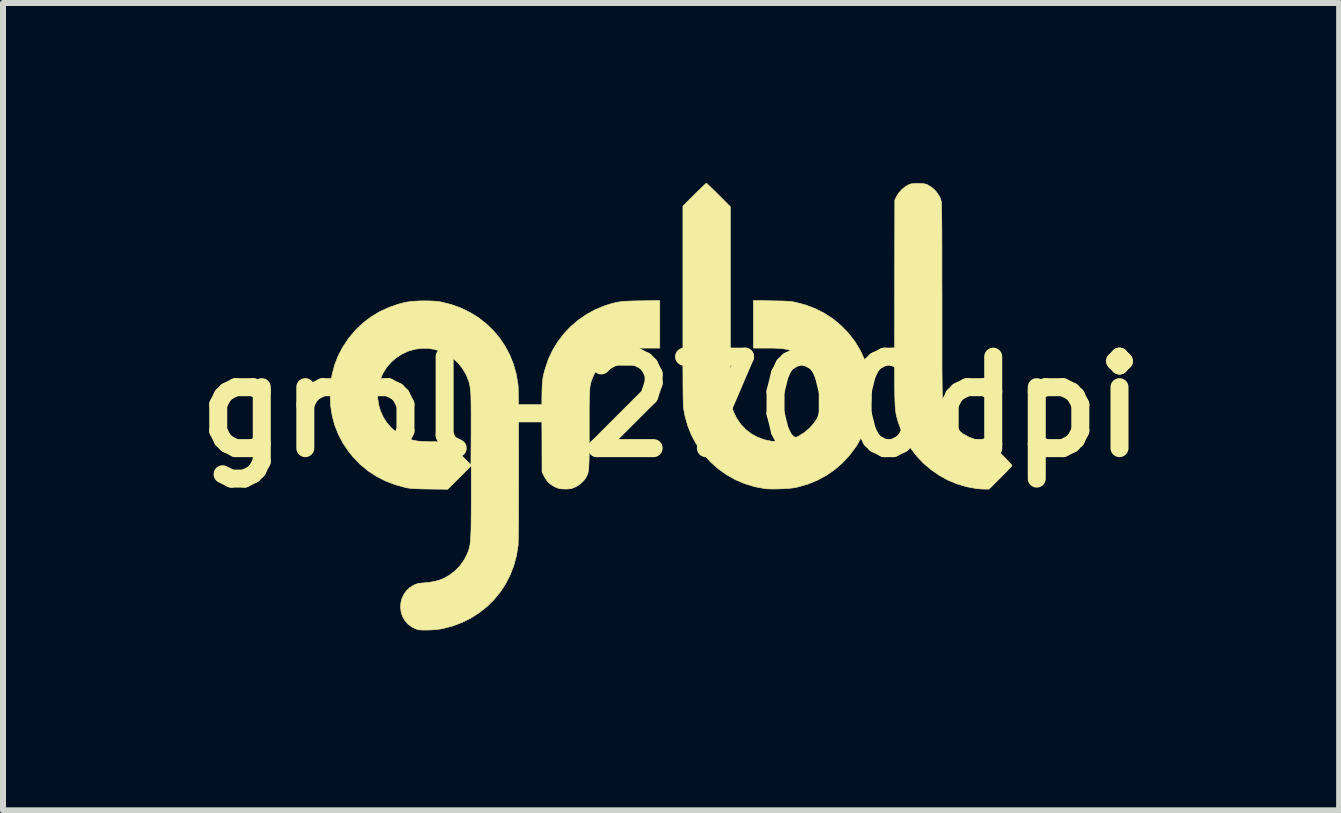
<source format=kicad_pcb>
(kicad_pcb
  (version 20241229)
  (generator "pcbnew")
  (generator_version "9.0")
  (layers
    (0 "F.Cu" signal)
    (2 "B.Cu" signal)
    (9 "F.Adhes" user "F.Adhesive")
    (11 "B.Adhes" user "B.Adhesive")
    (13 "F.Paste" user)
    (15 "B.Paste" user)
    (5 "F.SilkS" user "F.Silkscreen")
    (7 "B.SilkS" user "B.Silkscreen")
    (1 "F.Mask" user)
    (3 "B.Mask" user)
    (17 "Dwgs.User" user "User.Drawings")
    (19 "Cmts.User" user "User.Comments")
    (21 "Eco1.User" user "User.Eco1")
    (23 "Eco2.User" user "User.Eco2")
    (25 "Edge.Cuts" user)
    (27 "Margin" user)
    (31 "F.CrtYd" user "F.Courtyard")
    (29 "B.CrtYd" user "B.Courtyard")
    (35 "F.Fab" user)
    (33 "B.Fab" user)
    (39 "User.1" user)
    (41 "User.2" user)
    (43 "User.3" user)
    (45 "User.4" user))
  (footprint "grbl-2700dpi"
    (layer "F.Cu")
    (at 8.135 3.73)
    (property "Reference" "grbl-2700dpi" (at 0 0 0) (layer "F.SilkS") (effects (font (size 1.524 1.524) (thickness 0.3))))
    (attr through_hole)
    (fp_poly (pts (xy -0.188 -0.978) (xy -0.404 -0.978) (xy -0.497 -0.978) (xy -0.575 -0.976) (xy -0.64 -0.972) (xy -0.695 -0.967) (xy -0.743 -0.959) (xy -0.787 -0.949) (xy -0.829 -0.936) (xy -0.942 -0.888) (xy -1.044 -0.825) (xy -1.134 -0.748) (xy -1.211 -0.659) (xy -1.275 -0.557) (xy -1.308 -0.484) (xy -1.319 -0.458) (xy -1.328 -0.433) (xy -1.335 -0.409) (xy -1.342 -0.384) (xy -1.347 -0.356) (xy -1.352 -0.324) (xy -1.355 -0.287) (xy -1.358 -0.242) (xy -1.36 -0.189) (xy -1.362 -0.126) (xy -1.363 -0.051) (xy -1.364 0.037) (xy -1.364 0.14) (xy -1.364 0.259) (xy -1.364 0.375) (xy -1.364 0.507) (xy -1.364 0.621) (xy -1.365 0.72) (xy -1.365 0.804) (xy -1.366 0.875) (xy -1.368 0.934) (xy -1.37 0.983) (xy -1.372 1.023) (xy -1.376 1.056) (xy -1.38 1.083) (xy -1.385 1.105) (xy -1.392 1.124) (xy -1.399 1.142) (xy -1.408 1.16) (xy -1.418 1.178) (xy -1.457 1.233) (xy -1.51 1.284) (xy -1.572 1.326) (xy -1.597 1.338) (xy -1.633 1.354) (xy -1.664 1.363) (xy -1.699 1.368) (xy -1.745 1.371) (xy -1.795 1.37) (xy -1.84 1.367) (xy -1.874 1.361) (xy -1.925 1.341) (xy -1.979 1.311) (xy -2.027 1.276) (xy -2.058 1.246) (xy -2.079 1.218) (xy -2.103 1.18) (xy -2.12 1.148) (xy -2.15 1.087) (xy -2.152 0.372) (xy -2.153 0.23) (xy -2.153 0.106) (xy -2.153 -0.003) (xy -2.153 -0.097) (xy -2.152 -0.178) (xy -2.151 -0.248) (xy -2.149 -0.308) (xy -2.147 -0.359) (xy -2.143 -0.404) (xy -2.139 -0.443) (xy -2.135 -0.479) (xy -2.129 -0.512) (xy -2.122 -0.544) (xy -2.113 -0.577) (xy -2.104 -0.611) (xy -2.097 -0.635) (xy -2.044 -0.793) (xy -1.973 -0.943) (xy -1.887 -1.084) (xy -1.787 -1.215) (xy -1.674 -1.335) (xy -1.549 -1.443) (xy -1.412 -1.537) (xy -1.266 -1.617) (xy -1.112 -1.681) (xy -1.09 -1.688) (xy -1.032 -1.707) (xy -0.981 -1.722) (xy -0.933 -1.734) (xy -0.886 -1.744) (xy -0.836 -1.751) (xy -0.781 -1.757) (xy -0.718 -1.76) (xy -0.644 -1.763) (xy -0.555 -1.765) (xy -0.496 -1.766) (xy -0.188 -1.77) (xy -0.188 -0.978)) (stroke (width 0.01) (type solid)) (fill yes) (layer "F.SilkS"))
    (fp_poly (pts (xy 4.165 -3.72) (xy 4.201 -3.719) (xy 4.228 -3.715) (xy 4.251 -3.709) (xy 4.275 -3.699) (xy 4.283 -3.695) (xy 4.349 -3.654) (xy 4.408 -3.6) (xy 4.457 -3.535) (xy 4.492 -3.464) (xy 4.505 -3.417) (xy 4.507 -3.403) (xy 4.508 -3.376) (xy 4.509 -3.336) (xy 4.51 -3.281) (xy 4.511 -3.213) (xy 4.512 -3.129) (xy 4.513 -3.03) (xy 4.514 -2.916) (xy 4.514 -2.785) (xy 4.515 -2.638) (xy 4.515 -2.474) (xy 4.515 -2.293) (xy 4.515 -2.094) (xy 4.516 -1.877) (xy 4.516 -1.745) (xy 4.516 -1.536) (xy 4.516 -1.345) (xy 4.516 -1.17) (xy 4.516 -1.012) (xy 4.516 -0.87) (xy 4.516 -0.741) (xy 4.516 -0.627) (xy 4.517 -0.525) (xy 4.518 -0.435) (xy 4.519 -0.356) (xy 4.52 -0.287) (xy 4.521 -0.227) (xy 4.523 -0.176) (xy 4.525 -0.132) (xy 4.527 -0.095) (xy 4.53 -0.064) (xy 4.533 -0.037) (xy 4.537 -0.015) (xy 4.541 0.004) (xy 4.545 0.021) (xy 4.55 0.036) (xy 4.556 0.051) (xy 4.562 0.066) (xy 4.569 0.082) (xy 4.571 0.089) (xy 4.624 0.197) (xy 4.692 0.294) (xy 4.772 0.378) (xy 4.865 0.45) (xy 4.967 0.507) (xy 5.078 0.548) (xy 5.197 0.573) (xy 5.212 0.575) (xy 5.301 0.586) (xy 5.492 0.775) (xy 5.541 0.824) (xy 5.585 0.87) (xy 5.623 0.909) (xy 5.653 0.942) (xy 5.673 0.965) (xy 5.682 0.977) (xy 5.682 0.978) (xy 5.676 0.988) (xy 5.657 1.01) (xy 5.629 1.041) (xy 5.593 1.08) (xy 5.549 1.125) (xy 5.501 1.173) (xy 5.491 1.183) (xy 5.301 1.373) (xy 5.226 1.372) (xy 5.179 1.371) (xy 5.13 1.367) (xy 5.089 1.363) (xy 4.925 1.333) (xy 4.767 1.286) (xy 4.615 1.223) (xy 4.472 1.144) (xy 4.337 1.051) (xy 4.213 0.946) (xy 4.1 0.828) (xy 4 0.699) (xy 3.913 0.559) (xy 3.842 0.411) (xy 3.787 0.255) (xy 3.782 0.24) (xy 3.775 0.216) (xy 3.769 0.193) (xy 3.763 0.172) (xy 3.758 0.152) (xy 3.753 0.13) (xy 3.749 0.108) (xy 3.745 0.083) (xy 3.742 0.055) (xy 3.739 0.023) (xy 3.736 -0.014) (xy 3.734 -0.057) (xy 3.732 -0.106) (xy 3.73 -0.163) (xy 3.729 -0.228) (xy 3.728 -0.302) (xy 3.727 -0.386) (xy 3.727 -0.482) (xy 3.726 -0.589) (xy 3.726 -0.709) (xy 3.726 -0.842) (xy 3.726 -0.99) (xy 3.726 -1.153) (xy 3.727 -1.332) (xy 3.727 -1.529) (xy 3.727 -1.743) (xy 3.727 -1.75) (xy 3.73 -3.448) (xy 3.758 -3.504) (xy 3.793 -3.561) (xy 3.842 -3.616) (xy 3.897 -3.663) (xy 3.946 -3.693) (xy 3.972 -3.705) (xy 3.994 -3.713) (xy 4.017 -3.717) (xy 4.047 -3.72) (xy 4.089 -3.721) (xy 4.116 -3.721) (xy 4.165 -3.72)) (stroke (width 0.01) (type solid)) (fill yes) (layer "F.SilkS"))
    (fp_poly (pts (xy 0.597 -3.719) (xy 0.617 -3.701) (xy 0.647 -3.673) (xy 0.685 -3.636) (xy 0.73 -3.593) (xy 0.779 -3.544) (xy 0.793 -3.53) (xy 0.988 -3.335) (xy 0.988 -1.729) (xy 0.988 -1.521) (xy 0.988 -1.331) (xy 0.988 -1.158) (xy 0.988 -1) (xy 0.988 -0.859) (xy 0.988 -0.731) (xy 0.989 -0.618) (xy 0.989 -0.517) (xy 0.99 -0.427) (xy 0.991 -0.349) (xy 0.992 -0.281) (xy 0.994 -0.222) (xy 0.995 -0.172) (xy 0.997 -0.128) (xy 1 -0.092) (xy 1.003 -0.061) (xy 1.006 -0.035) (xy 1.009 -0.013) (xy 1.014 0.006) (xy 1.018 0.023) (xy 1.023 0.038) (xy 1.029 0.053) (xy 1.035 0.068) (xy 1.042 0.085) (xy 1.043 0.089) (xy 1.097 0.197) (xy 1.164 0.294) (xy 1.245 0.379) (xy 1.337 0.45) (xy 1.44 0.507) (xy 1.552 0.549) (xy 1.671 0.574) (xy 1.69 0.576) (xy 1.804 0.58) (xy 1.916 0.566) (xy 2.025 0.535) (xy 2.129 0.489) (xy 2.225 0.428) (xy 2.312 0.353) (xy 2.388 0.266) (xy 2.451 0.168) (xy 2.46 0.15) (xy 2.489 0.09) (xy 2.509 0.036) (xy 2.523 -0.018) (xy 2.531 -0.077) (xy 2.535 -0.145) (xy 2.535 -0.198) (xy 2.535 -0.257) (xy 2.534 -0.302) (xy 2.531 -0.337) (xy 2.526 -0.366) (xy 2.519 -0.395) (xy 2.513 -0.414) (xy 2.468 -0.529) (xy 2.407 -0.634) (xy 2.333 -0.727) (xy 2.245 -0.808) (xy 2.146 -0.875) (xy 2.048 -0.922) (xy 2.001 -0.939) (xy 1.953 -0.952) (xy 1.901 -0.963) (xy 1.842 -0.97) (xy 1.774 -0.975) (xy 1.692 -0.978) (xy 1.596 -0.978) (xy 1.593 -0.978) (xy 1.373 -0.978) (xy 1.373 -1.771) (xy 1.677 -1.766) (xy 1.765 -1.764) (xy 1.837 -1.763) (xy 1.896 -1.761) (xy 1.943 -1.758) (xy 1.982 -1.756) (xy 2.015 -1.752) (xy 2.044 -1.747) (xy 2.07 -1.742) (xy 2.241 -1.697) (xy 2.404 -1.635) (xy 2.556 -1.558) (xy 2.699 -1.465) (xy 2.829 -1.357) (xy 2.949 -1.235) (xy 3.056 -1.099) (xy 3.078 -1.066) (xy 3.162 -0.924) (xy 3.23 -0.774) (xy 3.281 -0.619) (xy 3.315 -0.459) (xy 3.334 -0.297) (xy 3.335 -0.134) (xy 3.321 0.029) (xy 3.29 0.19) (xy 3.242 0.346) (xy 3.178 0.497) (xy 3.098 0.641) (xy 3.078 0.671) (xy 2.974 0.81) (xy 2.858 0.935) (xy 2.729 1.047) (xy 2.59 1.143) (xy 2.44 1.224) (xy 2.281 1.289) (xy 2.113 1.337) (xy 2.07 1.347) (xy 2.023 1.354) (xy 1.962 1.36) (xy 1.891 1.365) (xy 1.816 1.368) (xy 1.741 1.37) (xy 1.671 1.37) (xy 1.61 1.368) (xy 1.562 1.364) (xy 1.562 1.364) (xy 1.392 1.332) (xy 1.229 1.282) (xy 1.073 1.216) (xy 0.926 1.133) (xy 0.789 1.036) (xy 0.662 0.924) (xy 0.548 0.799) (xy 0.508 0.748) (xy 0.415 0.611) (xy 0.339 0.469) (xy 0.28 0.321) (xy 0.235 0.163) (xy 0.216 0.067) (xy 0.214 0.053) (xy 0.212 0.039) (xy 0.21 0.024) (xy 0.208 0.007) (xy 0.206 -0.014) (xy 0.205 -0.038) (xy 0.204 -0.066) (xy 0.203 -0.101) (xy 0.202 -0.141) (xy 0.201 -0.189) (xy 0.2 -0.246) (xy 0.2 -0.311) (xy 0.199 -0.386) (xy 0.199 -0.472) (xy 0.198 -0.569) (xy 0.198 -0.679) (xy 0.198 -0.803) (xy 0.198 -0.941) (xy 0.198 -1.094) (xy 0.198 -1.263) (xy 0.198 -1.449) (xy 0.198 -1.652) (xy 0.198 -3.345) (xy 0.388 -3.535) (xy 0.437 -3.584) (xy 0.483 -3.628) (xy 0.522 -3.666) (xy 0.554 -3.696) (xy 0.576 -3.716) (xy 0.587 -3.725) (xy 0.588 -3.725) (xy 0.597 -3.719)) (stroke (width 0.01) (type solid)) (fill yes) (layer "F.SilkS"))
    (fp_poly (pts (xy -4.034 -1.764) (xy -3.953 -1.761) (xy -3.882 -1.754) (xy -3.834 -1.747) (xy -3.663 -1.704) (xy -3.502 -1.646) (xy -3.351 -1.572) (xy -3.209 -1.485) (xy -3.08 -1.383) (xy -2.962 -1.27) (xy -2.857 -1.145) (xy -2.765 -1.008) (xy -2.688 -0.863) (xy -2.626 -0.708) (xy -2.581 -0.545) (xy -2.552 -0.374) (xy -2.55 -0.356) (xy -2.548 -0.334) (xy -2.547 -0.294) (xy -2.546 -0.238) (xy -2.545 -0.168) (xy -2.544 -0.085) (xy -2.543 0.011) (xy -2.542 0.117) (xy -2.542 0.232) (xy -2.541 0.355) (xy -2.541 0.484) (xy -2.541 0.618) (xy -2.54 0.756) (xy -2.54 0.896) (xy -2.54 1.037) (xy -2.54 1.177) (xy -2.541 1.315) (xy -2.541 1.45) (xy -2.541 1.58) (xy -2.542 1.704) (xy -2.542 1.821) (xy -2.543 1.928) (xy -2.544 2.026) (xy -2.545 2.111) (xy -2.546 2.184) (xy -2.547 2.242) (xy -2.548 2.285) (xy -2.549 2.31) (xy -2.55 2.313) (xy -2.577 2.483) (xy -2.621 2.647) (xy -2.681 2.803) (xy -2.756 2.95) (xy -2.846 3.087) (xy -2.95 3.214) (xy -3.066 3.329) (xy -3.195 3.431) (xy -3.334 3.521) (xy -3.483 3.595) (xy -3.642 3.655) (xy -3.81 3.698) (xy -3.81 3.698) (xy -3.862 3.707) (xy -3.923 3.714) (xy -3.988 3.719) (xy -4.054 3.721) (xy -4.115 3.722) (xy -4.169 3.72) (xy -4.21 3.716) (xy -4.225 3.713) (xy -4.258 3.701) (xy -4.296 3.683) (xy -4.323 3.668) (xy -4.388 3.619) (xy -4.439 3.56) (xy -4.476 3.493) (xy -4.499 3.422) (xy -4.508 3.347) (xy -4.504 3.272) (xy -4.486 3.198) (xy -4.454 3.129) (xy -4.41 3.066) (xy -4.352 3.012) (xy -4.289 2.974) (xy -4.259 2.96) (xy -4.232 2.951) (xy -4.202 2.944) (xy -4.164 2.939) (xy -4.113 2.935) (xy -4.013 2.924) (xy -3.926 2.908) (xy -3.849 2.886) (xy -3.777 2.855) (xy -3.706 2.814) (xy -3.694 2.807) (xy -3.598 2.733) (xy -3.514 2.647) (xy -3.446 2.549) (xy -3.392 2.442) (xy -3.369 2.377) (xy -3.362 2.35) (xy -3.355 2.321) (xy -3.349 2.287) (xy -3.345 2.248) (xy -3.341 2.202) (xy -3.338 2.147) (xy -3.335 2.083) (xy -3.333 2.007) (xy -3.332 1.918) (xy -3.331 1.815) (xy -3.33 1.696) (xy -3.33 1.56) (xy -3.33 1.548) (xy -3.33 0.983) (xy -3.526 1.179) (xy -3.723 1.375) (xy -4.027 1.371) (xy -4.115 1.37) (xy -4.185 1.368) (xy -4.243 1.366) (xy -4.289 1.364) (xy -4.327 1.361) (xy -4.359 1.358) (xy -4.388 1.353) (xy -4.416 1.348) (xy -4.426 1.346) (xy -4.598 1.299) (xy -4.76 1.237) (xy -4.912 1.159) (xy -5.053 1.066) (xy -5.183 0.958) (xy -5.301 0.836) (xy -5.372 0.748) (xy -5.467 0.607) (xy -5.544 0.462) (xy -5.604 0.311) (xy -5.647 0.154) (xy -5.673 -0.011) (xy -5.68 -0.145) (xy -4.89 -0.145) (xy -4.874 -0.034) (xy -4.843 0.072) (xy -4.797 0.173) (xy -4.736 0.267) (xy -4.662 0.352) (xy -4.576 0.426) (xy -4.478 0.488) (xy -4.369 0.536) (xy -4.357 0.541) (xy -4.314 0.554) (xy -4.27 0.564) (xy -4.222 0.572) (xy -4.166 0.577) (xy -4.101 0.581) (xy -4.022 0.583) (xy -3.934 0.583) (xy -3.72 0.583) (xy -3.335 0.969) (xy -3.332 0.416) (xy -3.332 0.298) (xy -3.332 0.186) (xy -3.332 0.083) (xy -3.333 -0.01) (xy -3.334 -0.09) (xy -3.335 -0.157) (xy -3.337 -0.209) (xy -3.339 -0.244) (xy -3.339 -0.246) (xy -3.345 -0.297) (xy -3.353 -0.35) (xy -3.363 -0.396) (xy -3.369 -0.42) (xy -3.413 -0.532) (xy -3.473 -0.635) (xy -3.548 -0.728) (xy -3.635 -0.808) (xy -3.735 -0.875) (xy -3.833 -0.922) (xy -3.943 -0.957) (xy -4.056 -0.974) (xy -4.168 -0.974) (xy -4.278 -0.957) (xy -4.384 -0.926) (xy -4.485 -0.879) (xy -4.579 -0.819) (xy -4.664 -0.745) (xy -4.739 -0.659) (xy -4.8 -0.561) (xy -4.836 -0.484) (xy -4.872 -0.371) (xy -4.89 -0.257) (xy -4.89 -0.145) (xy -5.68 -0.145) (xy -5.682 -0.185) (xy -5.682 -0.198) (xy -5.674 -0.372) (xy -5.649 -0.537) (xy -5.608 -0.695) (xy -5.549 -0.846) (xy -5.473 -0.992) (xy -5.379 -1.133) (xy -5.372 -1.143) (xy -5.261 -1.275) (xy -5.139 -1.392) (xy -5.005 -1.495) (xy -4.861 -1.583) (xy -4.705 -1.655) (xy -4.54 -1.712) (xy -4.421 -1.742) (xy -4.362 -1.751) (xy -4.289 -1.758) (xy -4.207 -1.763) (xy -4.12 -1.765) (xy -4.034 -1.764)) (stroke (width 0.01) (type solid)) (fill yes) (layer "F.SilkS")))
  (gr_rect
    (start -3 -3)
    (end 19.271 10.457)
    (stroke (width 0.1) (type default))
    (fill no)
    (layer "Edge.Cuts")))
</source>
